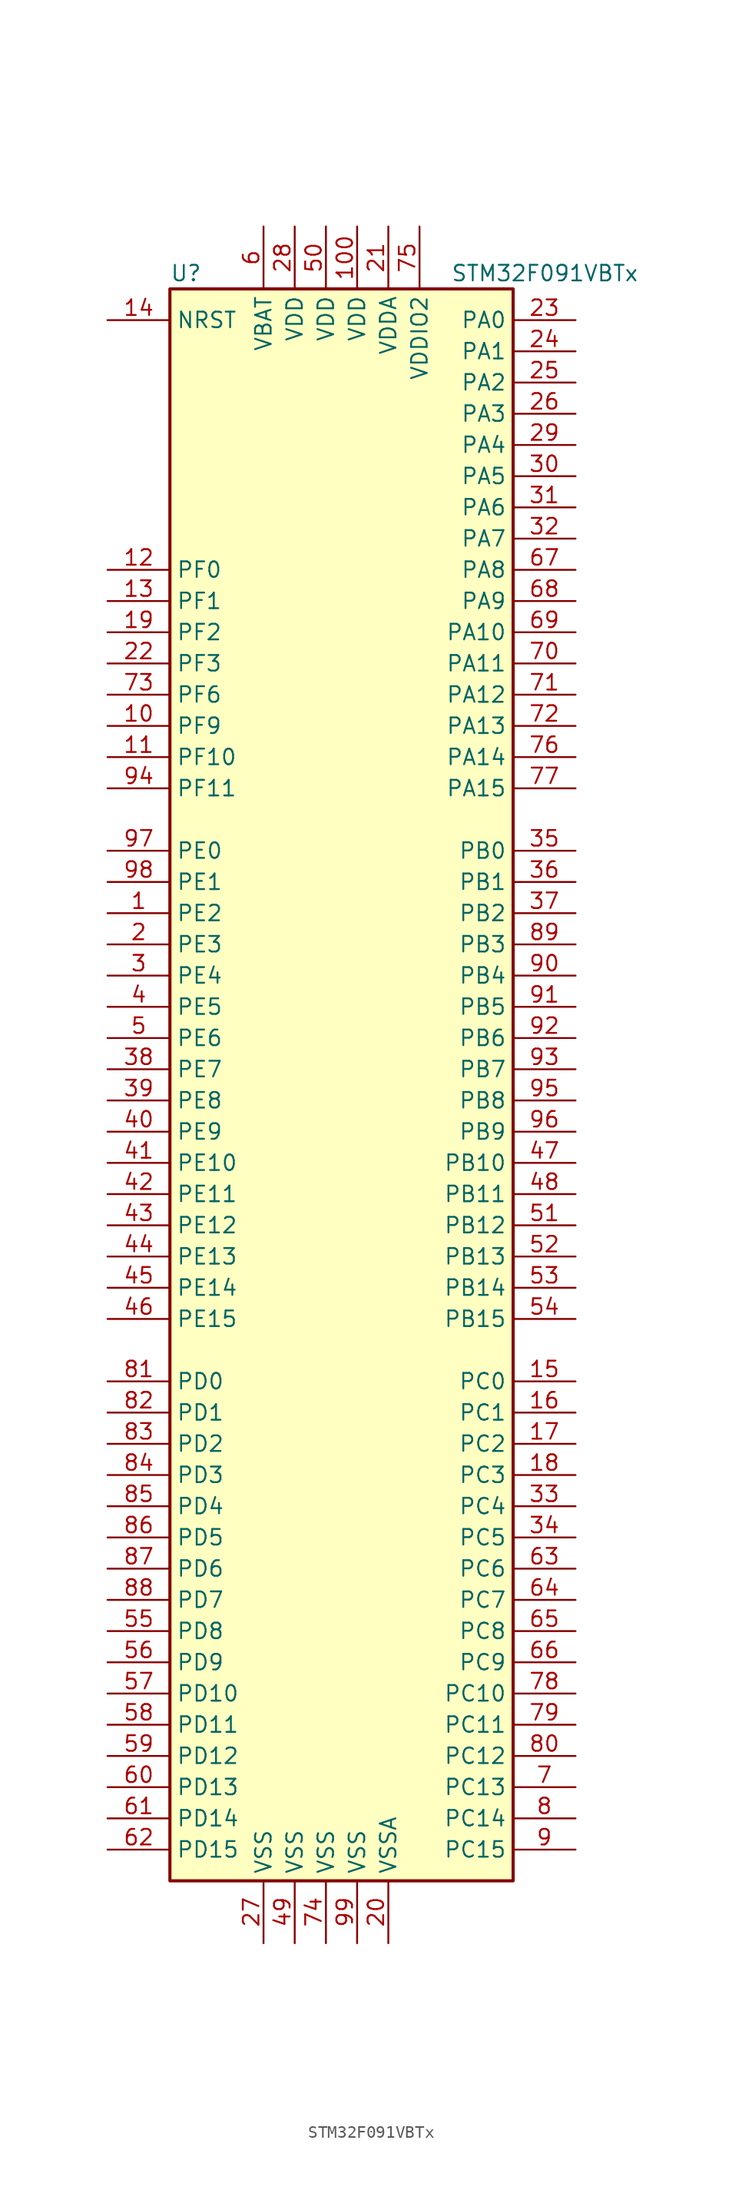
<source format=kicad_sym>
(kicad_symbol_lib
  (version 20201005)
  (generator kicad_symbol_editor)
  (symbol "STM32F091VBTx"
    (property "Reference" "U"
      (at -15.24 64.77 0)
      (effects (font (size 1.27 1.27)) (justify left)))
    (property "Value" "STM32F091VBTx"
      (at 7.62 64.77 0)
      (effects (font (size 1.27 1.27)) (justify left)))
    (symbol "STM32F091VBTx_0_1"
      (rectangle (start -15.24 -66.04) (end 12.7 63.5) (stroke (width 0.254)) (fill (type background))))
    (symbol "STM32F091VBTx_1_1"
      (pin input line (at -20.32 60.96 0) (length 5.08) (name "NRST" (effects (font (size 1.27 1.27)))) (number "14" (effects (font (size 1.27 1.27)))))
      (pin bidirectional line (at 17.78 60.96 180) (length 5.08) (name "PA0" (effects (font (size 1.27 1.27)))) (number "23" (effects (font (size 1.27 1.27)))))
      (pin bidirectional line (at 17.78 58.42 180) (length 5.08) (name "PA1" (effects (font (size 1.27 1.27)))) (number "24" (effects (font (size 1.27 1.27)))))
      (pin bidirectional line (at 17.78 35.56 180) (length 5.08) (name "PA10" (effects (font (size 1.27 1.27)))) (number "69" (effects (font (size 1.27 1.27)))))
      (pin bidirectional line (at 17.78 33.02 180) (length 5.08) (name "PA11" (effects (font (size 1.27 1.27)))) (number "70" (effects (font (size 1.27 1.27)))))
      (pin bidirectional line (at 17.78 30.48 180) (length 5.08) (name "PA12" (effects (font (size 1.27 1.27)))) (number "71" (effects (font (size 1.27 1.27)))))
      (pin bidirectional line (at 17.78 27.94 180) (length 5.08) (name "PA13" (effects (font (size 1.27 1.27)))) (number "72" (effects (font (size 1.27 1.27)))))
      (pin bidirectional line (at 17.78 25.4 180) (length 5.08) (name "PA14" (effects (font (size 1.27 1.27)))) (number "76" (effects (font (size 1.27 1.27)))))
      (pin bidirectional line (at 17.78 22.86 180) (length 5.08) (name "PA15" (effects (font (size 1.27 1.27)))) (number "77" (effects (font (size 1.27 1.27)))))
      (pin bidirectional line (at 17.78 55.88 180) (length 5.08) (name "PA2" (effects (font (size 1.27 1.27)))) (number "25" (effects (font (size 1.27 1.27)))))
      (pin bidirectional line (at 17.78 53.34 180) (length 5.08) (name "PA3" (effects (font (size 1.27 1.27)))) (number "26" (effects (font (size 1.27 1.27)))))
      (pin bidirectional line (at 17.78 50.8 180) (length 5.08) (name "PA4" (effects (font (size 1.27 1.27)))) (number "29" (effects (font (size 1.27 1.27)))))
      (pin bidirectional line (at 17.78 48.26 180) (length 5.08) (name "PA5" (effects (font (size 1.27 1.27)))) (number "30" (effects (font (size 1.27 1.27)))))
      (pin bidirectional line (at 17.78 45.72 180) (length 5.08) (name "PA6" (effects (font (size 1.27 1.27)))) (number "31" (effects (font (size 1.27 1.27)))))
      (pin bidirectional line (at 17.78 43.18 180) (length 5.08) (name "PA7" (effects (font (size 1.27 1.27)))) (number "32" (effects (font (size 1.27 1.27)))))
      (pin bidirectional line (at 17.78 40.64 180) (length 5.08) (name "PA8" (effects (font (size 1.27 1.27)))) (number "67" (effects (font (size 1.27 1.27)))))
      (pin bidirectional line (at 17.78 38.1 180) (length 5.08) (name "PA9" (effects (font (size 1.27 1.27)))) (number "68" (effects (font (size 1.27 1.27)))))
      (pin bidirectional line (at 17.78 17.78 180) (length 5.08) (name "PB0" (effects (font (size 1.27 1.27)))) (number "35" (effects (font (size 1.27 1.27)))))
      (pin bidirectional line (at 17.78 15.24 180) (length 5.08) (name "PB1" (effects (font (size 1.27 1.27)))) (number "36" (effects (font (size 1.27 1.27)))))
      (pin bidirectional line (at 17.78 -7.62 180) (length 5.08) (name "PB10" (effects (font (size 1.27 1.27)))) (number "47" (effects (font (size 1.27 1.27)))))
      (pin bidirectional line (at 17.78 -10.16 180) (length 5.08) (name "PB11" (effects (font (size 1.27 1.27)))) (number "48" (effects (font (size 1.27 1.27)))))
      (pin bidirectional line (at 17.78 -12.7 180) (length 5.08) (name "PB12" (effects (font (size 1.27 1.27)))) (number "51" (effects (font (size 1.27 1.27)))))
      (pin bidirectional line (at 17.78 -15.24 180) (length 5.08) (name "PB13" (effects (font (size 1.27 1.27)))) (number "52" (effects (font (size 1.27 1.27)))))
      (pin bidirectional line (at 17.78 -17.78 180) (length 5.08) (name "PB14" (effects (font (size 1.27 1.27)))) (number "53" (effects (font (size 1.27 1.27)))))
      (pin bidirectional line (at 17.78 -20.32 180) (length 5.08) (name "PB15" (effects (font (size 1.27 1.27)))) (number "54" (effects (font (size 1.27 1.27)))))
      (pin bidirectional line (at 17.78 12.7 180) (length 5.08) (name "PB2" (effects (font (size 1.27 1.27)))) (number "37" (effects (font (size 1.27 1.27)))))
      (pin bidirectional line (at 17.78 10.16 180) (length 5.08) (name "PB3" (effects (font (size 1.27 1.27)))) (number "89" (effects (font (size 1.27 1.27)))))
      (pin bidirectional line (at 17.78 7.62 180) (length 5.08) (name "PB4" (effects (font (size 1.27 1.27)))) (number "90" (effects (font (size 1.27 1.27)))))
      (pin bidirectional line (at 17.78 5.08 180) (length 5.08) (name "PB5" (effects (font (size 1.27 1.27)))) (number "91" (effects (font (size 1.27 1.27)))))
      (pin bidirectional line (at 17.78 2.54 180) (length 5.08) (name "PB6" (effects (font (size 1.27 1.27)))) (number "92" (effects (font (size 1.27 1.27)))))
      (pin bidirectional line (at 17.78 0 180) (length 5.08) (name "PB7" (effects (font (size 1.27 1.27)))) (number "93" (effects (font (size 1.27 1.27)))))
      (pin bidirectional line (at 17.78 -2.54 180) (length 5.08) (name "PB8" (effects (font (size 1.27 1.27)))) (number "95" (effects (font (size 1.27 1.27)))))
      (pin bidirectional line (at 17.78 -5.08 180) (length 5.08) (name "PB9" (effects (font (size 1.27 1.27)))) (number "96" (effects (font (size 1.27 1.27)))))
      (pin bidirectional line (at 17.78 -25.4 180) (length 5.08) (name "PC0" (effects (font (size 1.27 1.27)))) (number "15" (effects (font (size 1.27 1.27)))))
      (pin bidirectional line (at 17.78 -27.94 180) (length 5.08) (name "PC1" (effects (font (size 1.27 1.27)))) (number "16" (effects (font (size 1.27 1.27)))))
      (pin bidirectional line (at 17.78 -50.8 180) (length 5.08) (name "PC10" (effects (font (size 1.27 1.27)))) (number "78" (effects (font (size 1.27 1.27)))))
      (pin bidirectional line (at 17.78 -53.34 180) (length 5.08) (name "PC11" (effects (font (size 1.27 1.27)))) (number "79" (effects (font (size 1.27 1.27)))))
      (pin bidirectional line (at 17.78 -55.88 180) (length 5.08) (name "PC12" (effects (font (size 1.27 1.27)))) (number "80" (effects (font (size 1.27 1.27)))))
      (pin bidirectional line (at 17.78 -58.42 180) (length 5.08) (name "PC13" (effects (font (size 1.27 1.27)))) (number "7" (effects (font (size 1.27 1.27)))))
      (pin bidirectional line (at 17.78 -60.96 180) (length 5.08) (name "PC14" (effects (font (size 1.27 1.27)))) (number "8" (effects (font (size 1.27 1.27)))))
      (pin bidirectional line (at 17.78 -63.5 180) (length 5.08) (name "PC15" (effects (font (size 1.27 1.27)))) (number "9" (effects (font (size 1.27 1.27)))))
      (pin bidirectional line (at 17.78 -30.48 180) (length 5.08) (name "PC2" (effects (font (size 1.27 1.27)))) (number "17" (effects (font (size 1.27 1.27)))))
      (pin bidirectional line (at 17.78 -33.02 180) (length 5.08) (name "PC3" (effects (font (size 1.27 1.27)))) (number "18" (effects (font (size 1.27 1.27)))))
      (pin bidirectional line (at 17.78 -35.56 180) (length 5.08) (name "PC4" (effects (font (size 1.27 1.27)))) (number "33" (effects (font (size 1.27 1.27)))))
      (pin bidirectional line (at 17.78 -38.1 180) (length 5.08) (name "PC5" (effects (font (size 1.27 1.27)))) (number "34" (effects (font (size 1.27 1.27)))))
      (pin bidirectional line (at 17.78 -40.64 180) (length 5.08) (name "PC6" (effects (font (size 1.27 1.27)))) (number "63" (effects (font (size 1.27 1.27)))))
      (pin bidirectional line (at 17.78 -43.18 180) (length 5.08) (name "PC7" (effects (font (size 1.27 1.27)))) (number "64" (effects (font (size 1.27 1.27)))))
      (pin bidirectional line (at 17.78 -45.72 180) (length 5.08) (name "PC8" (effects (font (size 1.27 1.27)))) (number "65" (effects (font (size 1.27 1.27)))))
      (pin bidirectional line (at 17.78 -48.26 180) (length 5.08) (name "PC9" (effects (font (size 1.27 1.27)))) (number "66" (effects (font (size 1.27 1.27)))))
      (pin bidirectional line (at -20.32 -25.4 0) (length 5.08) (name "PD0" (effects (font (size 1.27 1.27)))) (number "81" (effects (font (size 1.27 1.27)))))
      (pin bidirectional line (at -20.32 -27.94 0) (length 5.08) (name "PD1" (effects (font (size 1.27 1.27)))) (number "82" (effects (font (size 1.27 1.27)))))
      (pin bidirectional line (at -20.32 -50.8 0) (length 5.08) (name "PD10" (effects (font (size 1.27 1.27)))) (number "57" (effects (font (size 1.27 1.27)))))
      (pin bidirectional line (at -20.32 -53.34 0) (length 5.08) (name "PD11" (effects (font (size 1.27 1.27)))) (number "58" (effects (font (size 1.27 1.27)))))
      (pin bidirectional line (at -20.32 -55.88 0) (length 5.08) (name "PD12" (effects (font (size 1.27 1.27)))) (number "59" (effects (font (size 1.27 1.27)))))
      (pin bidirectional line (at -20.32 -58.42 0) (length 5.08) (name "PD13" (effects (font (size 1.27 1.27)))) (number "60" (effects (font (size 1.27 1.27)))))
      (pin bidirectional line (at -20.32 -60.96 0) (length 5.08) (name "PD14" (effects (font (size 1.27 1.27)))) (number "61" (effects (font (size 1.27 1.27)))))
      (pin bidirectional line (at -20.32 -63.5 0) (length 5.08) (name "PD15" (effects (font (size 1.27 1.27)))) (number "62" (effects (font (size 1.27 1.27)))))
      (pin bidirectional line (at -20.32 -30.48 0) (length 5.08) (name "PD2" (effects (font (size 1.27 1.27)))) (number "83" (effects (font (size 1.27 1.27)))))
      (pin bidirectional line (at -20.32 -33.02 0) (length 5.08) (name "PD3" (effects (font (size 1.27 1.27)))) (number "84" (effects (font (size 1.27 1.27)))))
      (pin bidirectional line (at -20.32 -35.56 0) (length 5.08) (name "PD4" (effects (font (size 1.27 1.27)))) (number "85" (effects (font (size 1.27 1.27)))))
      (pin bidirectional line (at -20.32 -38.1 0) (length 5.08) (name "PD5" (effects (font (size 1.27 1.27)))) (number "86" (effects (font (size 1.27 1.27)))))
      (pin bidirectional line (at -20.32 -40.64 0) (length 5.08) (name "PD6" (effects (font (size 1.27 1.27)))) (number "87" (effects (font (size 1.27 1.27)))))
      (pin bidirectional line (at -20.32 -43.18 0) (length 5.08) (name "PD7" (effects (font (size 1.27 1.27)))) (number "88" (effects (font (size 1.27 1.27)))))
      (pin bidirectional line (at -20.32 -45.72 0) (length 5.08) (name "PD8" (effects (font (size 1.27 1.27)))) (number "55" (effects (font (size 1.27 1.27)))))
      (pin bidirectional line (at -20.32 -48.26 0) (length 5.08) (name "PD9" (effects (font (size 1.27 1.27)))) (number "56" (effects (font (size 1.27 1.27)))))
      (pin bidirectional line (at -20.32 17.78 0) (length 5.08) (name "PE0" (effects (font (size 1.27 1.27)))) (number "97" (effects (font (size 1.27 1.27)))))
      (pin bidirectional line (at -20.32 15.24 0) (length 5.08) (name "PE1" (effects (font (size 1.27 1.27)))) (number "98" (effects (font (size 1.27 1.27)))))
      (pin bidirectional line (at -20.32 -7.62 0) (length 5.08) (name "PE10" (effects (font (size 1.27 1.27)))) (number "41" (effects (font (size 1.27 1.27)))))
      (pin bidirectional line (at -20.32 -10.16 0) (length 5.08) (name "PE11" (effects (font (size 1.27 1.27)))) (number "42" (effects (font (size 1.27 1.27)))))
      (pin bidirectional line (at -20.32 -12.7 0) (length 5.08) (name "PE12" (effects (font (size 1.27 1.27)))) (number "43" (effects (font (size 1.27 1.27)))))
      (pin bidirectional line (at -20.32 -15.24 0) (length 5.08) (name "PE13" (effects (font (size 1.27 1.27)))) (number "44" (effects (font (size 1.27 1.27)))))
      (pin bidirectional line (at -20.32 -17.78 0) (length 5.08) (name "PE14" (effects (font (size 1.27 1.27)))) (number "45" (effects (font (size 1.27 1.27)))))
      (pin bidirectional line (at -20.32 -20.32 0) (length 5.08) (name "PE15" (effects (font (size 1.27 1.27)))) (number "46" (effects (font (size 1.27 1.27)))))
      (pin bidirectional line (at -20.32 12.7 0) (length 5.08) (name "PE2" (effects (font (size 1.27 1.27)))) (number "1" (effects (font (size 1.27 1.27)))))
      (pin bidirectional line (at -20.32 10.16 0) (length 5.08) (name "PE3" (effects (font (size 1.27 1.27)))) (number "2" (effects (font (size 1.27 1.27)))))
      (pin bidirectional line (at -20.32 7.62 0) (length 5.08) (name "PE4" (effects (font (size 1.27 1.27)))) (number "3" (effects (font (size 1.27 1.27)))))
      (pin bidirectional line (at -20.32 5.08 0) (length 5.08) (name "PE5" (effects (font (size 1.27 1.27)))) (number "4" (effects (font (size 1.27 1.27)))))
      (pin bidirectional line (at -20.32 2.54 0) (length 5.08) (name "PE6" (effects (font (size 1.27 1.27)))) (number "5" (effects (font (size 1.27 1.27)))))
      (pin bidirectional line (at -20.32 0 0) (length 5.08) (name "PE7" (effects (font (size 1.27 1.27)))) (number "38" (effects (font (size 1.27 1.27)))))
      (pin bidirectional line (at -20.32 -2.54 0) (length 5.08) (name "PE8" (effects (font (size 1.27 1.27)))) (number "39" (effects (font (size 1.27 1.27)))))
      (pin bidirectional line (at -20.32 -5.08 0) (length 5.08) (name "PE9" (effects (font (size 1.27 1.27)))) (number "40" (effects (font (size 1.27 1.27)))))
      (pin input line (at -20.32 40.64 0) (length 5.08) (name "PF0" (effects (font (size 1.27 1.27)))) (number "12" (effects (font (size 1.27 1.27)))))
      (pin input line (at -20.32 38.1 0) (length 5.08) (name "PF1" (effects (font (size 1.27 1.27)))) (number "13" (effects (font (size 1.27 1.27)))))
      (pin bidirectional line (at -20.32 25.4 0) (length 5.08) (name "PF10" (effects (font (size 1.27 1.27)))) (number "11" (effects (font (size 1.27 1.27)))))
      (pin bidirectional line (at -20.32 22.86 0) (length 5.08) (name "PF11" (effects (font (size 1.27 1.27)))) (number "94" (effects (font (size 1.27 1.27)))))
      (pin bidirectional line (at -20.32 35.56 0) (length 5.08) (name "PF2" (effects (font (size 1.27 1.27)))) (number "19" (effects (font (size 1.27 1.27)))))
      (pin bidirectional line (at -20.32 33.02 0) (length 5.08) (name "PF3" (effects (font (size 1.27 1.27)))) (number "22" (effects (font (size 1.27 1.27)))))
      (pin bidirectional line (at -20.32 30.48 0) (length 5.08) (name "PF6" (effects (font (size 1.27 1.27)))) (number "73" (effects (font (size 1.27 1.27)))))
      (pin bidirectional line (at -20.32 27.94 0) (length 5.08) (name "PF9" (effects (font (size 1.27 1.27)))) (number "10" (effects (font (size 1.27 1.27)))))
      (pin power_in line (at -7.62 68.58 270) (length 5.08) (name "VBAT" (effects (font (size 1.27 1.27)))) (number "6" (effects (font (size 1.27 1.27)))))
      (pin power_in line (at 0 68.58 270) (length 5.08) (name "VDD" (effects (font (size 1.27 1.27)))) (number "100" (effects (font (size 1.27 1.27)))))
      (pin power_in line (at -5.08 68.58 270) (length 5.08) (name "VDD" (effects (font (size 1.27 1.27)))) (number "28" (effects (font (size 1.27 1.27)))))
      (pin power_in line (at -2.54 68.58 270) (length 5.08) (name "VDD" (effects (font (size 1.27 1.27)))) (number "50" (effects (font (size 1.27 1.27)))))
      (pin power_in line (at 2.54 68.58 270) (length 5.08) (name "VDDA" (effects (font (size 1.27 1.27)))) (number "21" (effects (font (size 1.27 1.27)))))
      (pin power_in line (at 5.08 68.58 270) (length 5.08) (name "VDDIO2" (effects (font (size 1.27 1.27)))) (number "75" (effects (font (size 1.27 1.27)))))
      (pin power_in line (at -7.62 -71.12 90) (length 5.08) (name "VSS" (effects (font (size 1.27 1.27)))) (number "27" (effects (font (size 1.27 1.27)))))
      (pin power_in line (at -5.08 -71.12 90) (length 5.08) (name "VSS" (effects (font (size 1.27 1.27)))) (number "49" (effects (font (size 1.27 1.27)))))
      (pin power_in line (at -2.54 -71.12 90) (length 5.08) (name "VSS" (effects (font (size 1.27 1.27)))) (number "74" (effects (font (size 1.27 1.27)))))
      (pin power_in line (at 0 -71.12 90) (length 5.08) (name "VSS" (effects (font (size 1.27 1.27)))) (number "99" (effects (font (size 1.27 1.27)))))
      (pin power_in line (at 2.54 -71.12 90) (length 5.08) (name "VSSA" (effects (font (size 1.27 1.27)))) (number "20" (effects (font (size 1.27 1.27))))))))
</source>
